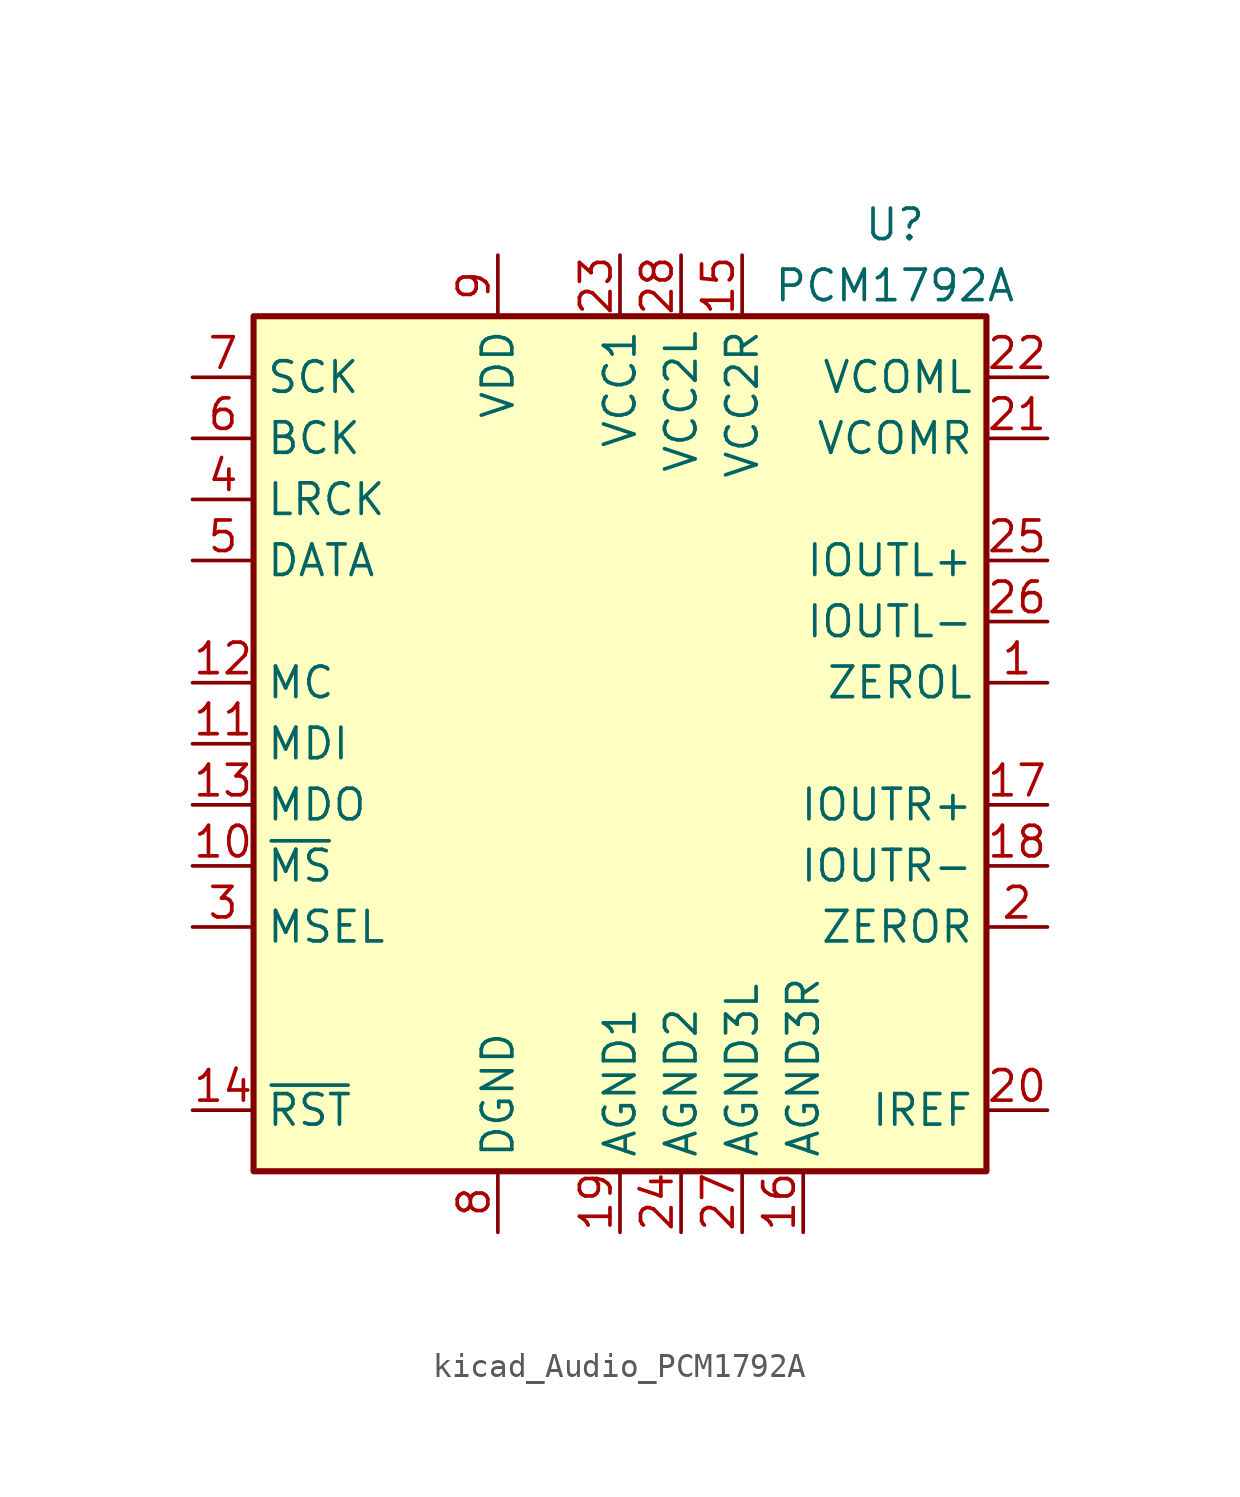
<source format=kicad_sym>
(kicad_symbol_lib
  (version 20220914)
  (generator kicad_symbol_editor)
  (symbol "kicad_Audio_PCM1792A"
    (property "Reference" "U"
      (at 11.43 21.59 0)
      (effects (font (size 1.27 1.27))))
    (property "Value" "PCM1792A"
      (at 11.43 19.05 0)
      (effects (font (size 1.27 1.27))))
    (symbol "kicad_Audio_PCM1792A_0_1"
      (rectangle (start -15.24 17.78) (end 15.24 -17.78) (stroke (width 0.254) (type default)) (fill (type background))))
    (symbol "kicad_Audio_PCM1792A_1_1"
      (pin output line (at 17.78 2.54 180) (length 2.54) (name "ZEROL" (effects (font (size 1.27 1.27)))) (number "1" (effects (font (size 1.27 1.27)))))
      (pin input line (at -17.78 -5.08 0) (length 2.54) (name "~{MS}" (effects (font (size 1.27 1.27)))) (number "10" (effects (font (size 1.27 1.27)))))
      (pin input line (at -17.78 0 0) (length 2.54) (name "MDI" (effects (font (size 1.27 1.27)))) (number "11" (effects (font (size 1.27 1.27)))))
      (pin input line (at -17.78 2.54 0) (length 2.54) (name "MC" (effects (font (size 1.27 1.27)))) (number "12" (effects (font (size 1.27 1.27)))))
      (pin bidirectional line (at -17.78 -2.54 0) (length 2.54) (name "MDO" (effects (font (size 1.27 1.27)))) (number "13" (effects (font (size 1.27 1.27)))))
      (pin input line (at -17.78 -15.24 0) (length 2.54) (name "~{RST}" (effects (font (size 1.27 1.27)))) (number "14" (effects (font (size 1.27 1.27)))))
      (pin power_in line (at 5.08 20.32 270) (length 2.54) (name "VCC2R" (effects (font (size 1.27 1.27)))) (number "15" (effects (font (size 1.27 1.27)))))
      (pin power_in line (at 7.62 -20.32 90) (length 2.54) (name "AGND3R" (effects (font (size 1.27 1.27)))) (number "16" (effects (font (size 1.27 1.27)))))
      (pin output line (at 17.78 -2.54 180) (length 2.54) (name "IOUTR+" (effects (font (size 1.27 1.27)))) (number "17" (effects (font (size 1.27 1.27)))))
      (pin output line (at 17.78 -5.08 180) (length 2.54) (name "IOUTR-" (effects (font (size 1.27 1.27)))) (number "18" (effects (font (size 1.27 1.27)))))
      (pin power_in line (at 0 -20.32 90) (length 2.54) (name "AGND1" (effects (font (size 1.27 1.27)))) (number "19" (effects (font (size 1.27 1.27)))))
      (pin output line (at 17.78 -7.62 180) (length 2.54) (name "ZEROR" (effects (font (size 1.27 1.27)))) (number "2" (effects (font (size 1.27 1.27)))))
      (pin passive line (at 17.78 -15.24 180) (length 2.54) (name "IREF" (effects (font (size 1.27 1.27)))) (number "20" (effects (font (size 1.27 1.27)))))
      (pin output line (at 17.78 12.7 180) (length 2.54) (name "VCOMR" (effects (font (size 1.27 1.27)))) (number "21" (effects (font (size 1.27 1.27)))))
      (pin passive line (at 17.78 15.24 180) (length 2.54) (name "VCOML" (effects (font (size 1.27 1.27)))) (number "22" (effects (font (size 1.27 1.27)))))
      (pin power_in line (at 0 20.32 270) (length 2.54) (name "VCC1" (effects (font (size 1.27 1.27)))) (number "23" (effects (font (size 1.27 1.27)))))
      (pin power_in line (at 2.54 -20.32 90) (length 2.54) (name "AGND2" (effects (font (size 1.27 1.27)))) (number "24" (effects (font (size 1.27 1.27)))))
      (pin output line (at 17.78 7.62 180) (length 2.54) (name "IOUTL+" (effects (font (size 1.27 1.27)))) (number "25" (effects (font (size 1.27 1.27)))))
      (pin output line (at 17.78 5.08 180) (length 2.54) (name "IOUTL-" (effects (font (size 1.27 1.27)))) (number "26" (effects (font (size 1.27 1.27)))))
      (pin power_in line (at 5.08 -20.32 90) (length 2.54) (name "AGND3L" (effects (font (size 1.27 1.27)))) (number "27" (effects (font (size 1.27 1.27)))))
      (pin power_in line (at 2.54 20.32 270) (length 2.54) (name "VCC2L" (effects (font (size 1.27 1.27)))) (number "28" (effects (font (size 1.27 1.27)))))
      (pin input line (at -17.78 -7.62 0) (length 2.54) (name "MSEL" (effects (font (size 1.27 1.27)))) (number "3" (effects (font (size 1.27 1.27)))))
      (pin input line (at -17.78 10.16 0) (length 2.54) (name "LRCK" (effects (font (size 1.27 1.27)))) (number "4" (effects (font (size 1.27 1.27)))))
      (pin input line (at -17.78 7.62 0) (length 2.54) (name "DATA" (effects (font (size 1.27 1.27)))) (number "5" (effects (font (size 1.27 1.27)))))
      (pin input line (at -17.78 12.7 0) (length 2.54) (name "BCK" (effects (font (size 1.27 1.27)))) (number "6" (effects (font (size 1.27 1.27)))))
      (pin input line (at -17.78 15.24 0) (length 2.54) (name "SCK" (effects (font (size 1.27 1.27)))) (number "7" (effects (font (size 1.27 1.27)))))
      (pin power_in line (at -5.08 -20.32 90) (length 2.54) (name "DGND" (effects (font (size 1.27 1.27)))) (number "8" (effects (font (size 1.27 1.27)))))
      (pin power_in line (at -5.08 20.32 270) (length 2.54) (name "VDD" (effects (font (size 1.27 1.27)))) (number "9" (effects (font (size 1.27 1.27))))))))
</source>
